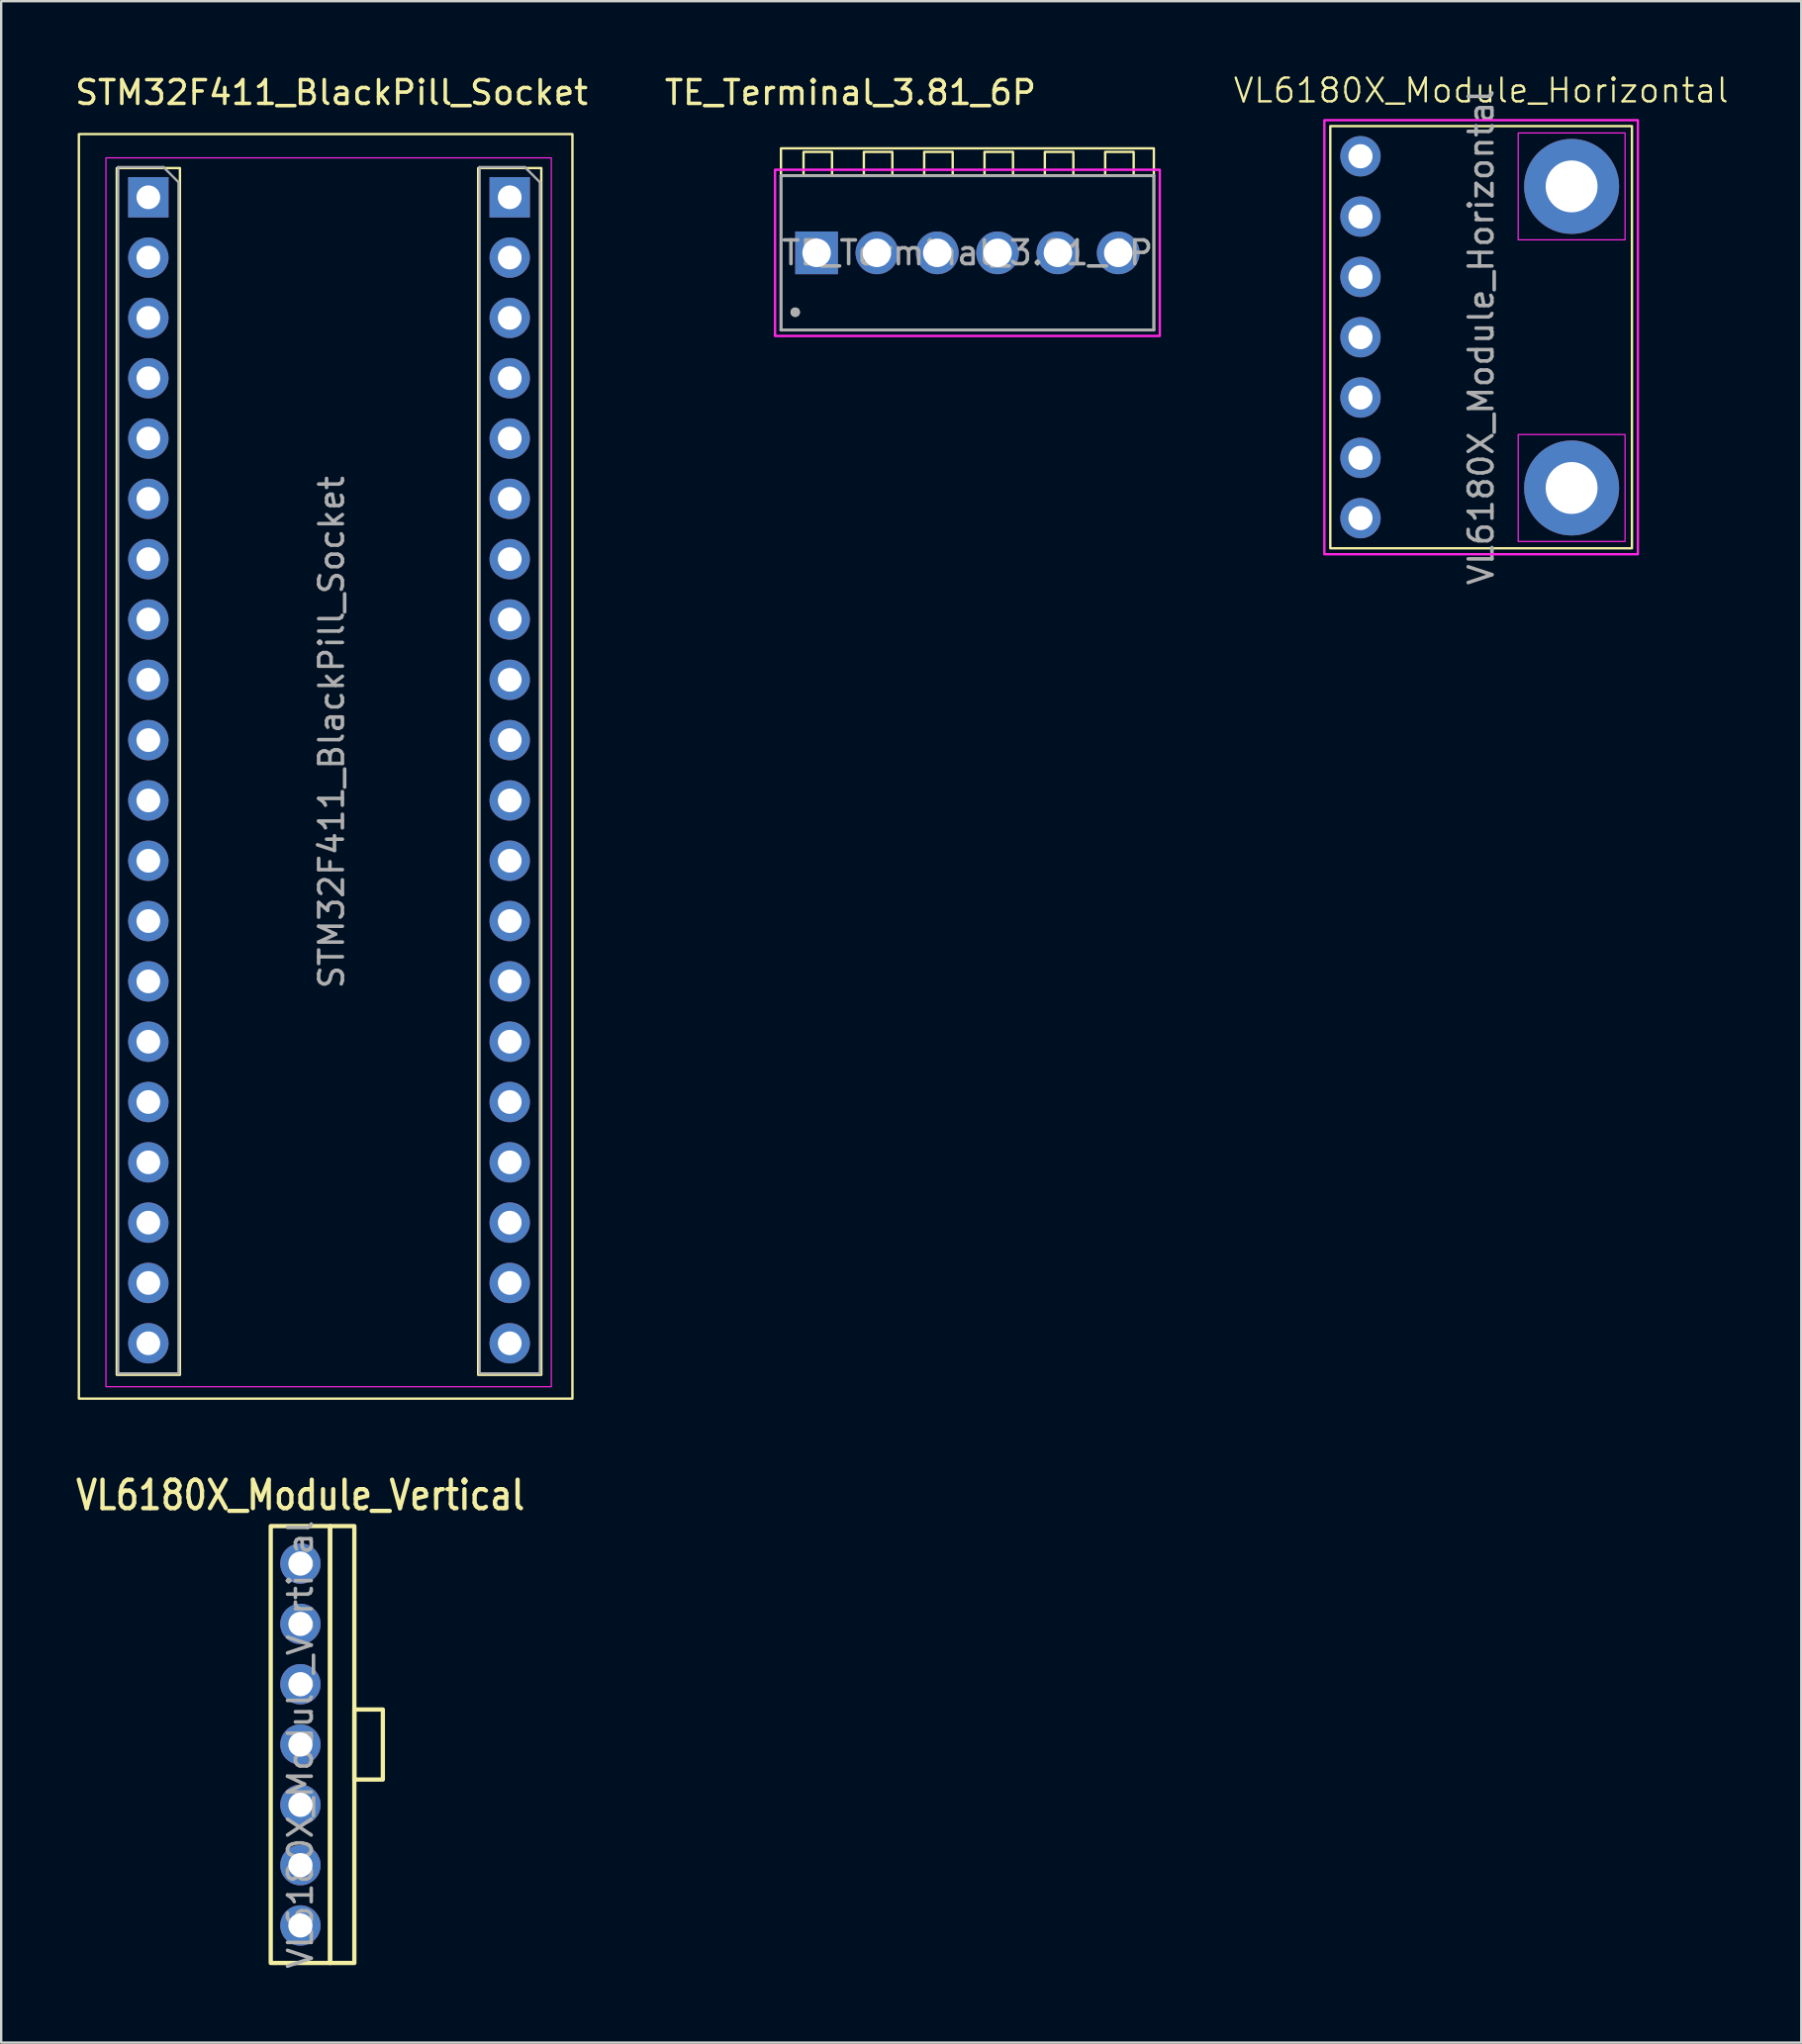
<source format=kicad_pcb>
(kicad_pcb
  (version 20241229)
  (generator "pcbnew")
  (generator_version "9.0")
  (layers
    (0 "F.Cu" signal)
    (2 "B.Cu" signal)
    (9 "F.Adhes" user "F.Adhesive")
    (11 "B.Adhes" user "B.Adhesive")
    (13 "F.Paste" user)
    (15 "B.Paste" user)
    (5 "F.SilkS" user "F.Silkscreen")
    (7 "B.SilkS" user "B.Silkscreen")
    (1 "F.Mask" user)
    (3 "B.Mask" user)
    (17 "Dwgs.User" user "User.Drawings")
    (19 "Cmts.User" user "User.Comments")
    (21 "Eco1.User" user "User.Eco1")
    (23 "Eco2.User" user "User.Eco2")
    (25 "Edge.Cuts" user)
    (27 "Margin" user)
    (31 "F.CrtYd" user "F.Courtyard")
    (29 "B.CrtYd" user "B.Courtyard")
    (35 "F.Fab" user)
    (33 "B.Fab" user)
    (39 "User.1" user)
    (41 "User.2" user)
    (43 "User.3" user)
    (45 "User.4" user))
  (footprint "VL6180X_Module_Vertical"
    (layer "F.Cu")
    (at 9.599 70.416)
    (property "Reference" "VL6180X_Module_Vertical" (at 0 -10.5 0) (unlocked yes) (layer "F.SilkS") (effects (font (size 1.2 1) (thickness 0.18))))
    (attr through_hole)
    (fp_rect (start -1.25 -9.2) (end 1.25 9.2) (stroke (width 0.18) (type default)) (fill no) (layer "F.SilkS"))
    (fp_rect (start 1.25 -9.2) (end 2.27 9.2) (stroke (width 0.18) (type default)) (fill no) (layer "F.SilkS"))
    (fp_rect (start 2.27 -1.475) (end 3.47 1.475) (stroke (width 0.18) (type default)) (fill no) (layer "F.SilkS"))
    (fp_text user "${REFERENCE}" (at 0 0 90) (unlocked yes) (layer "F.Fab") (effects (font (size 1 1) (thickness 0.15))))
    (pad "1" thru_hole circle (at 0 -7.62) (size 1.7 1.7) (drill 1.02) (layers "*.Cu" "*.Mask"))
    (pad "2" thru_hole circle (at 0 -5.08) (size 1.7 1.7) (drill 1.02) (layers "*.Cu" "*.Mask"))
    (pad "3" thru_hole circle (at 0 -2.54) (size 1.7 1.7) (drill 1.02) (layers "*.Cu" "*.Mask"))
    (pad "4" thru_hole circle (at 0 0) (size 1.7 1.7) (drill 1.02) (layers "*.Cu" "*.Mask"))
    (pad "5" thru_hole circle (at 0 2.54) (size 1.7 1.7) (drill 1.02) (layers "*.Cu" "*.Mask"))
    (pad "6" thru_hole circle (at 0 5.08) (size 1.7 1.7) (drill 1.02) (layers "*.Cu" "*.Mask"))
    (pad "7" thru_hole circle (at 0 7.62) (size 1.7 1.7) (drill 1.02) (layers "*.Cu" "*.Mask")))
  (footprint "STM32F411_BlackPill_Socket"
    (layer "F.Cu")
    (at 10.661 26.848)
    (property "Reference" "STM32F411_BlackPill_Socket" (at 0.25 -26 0) (layer "F.SilkS") (effects (font (size 1 1) (thickness 0.15))))
    (attr through_hole)
    (fp_rect (start -10.39 -24.25) (end 10.39 29) (stroke (width 0.1) (type default)) (fill no) (layer "F.SilkS"))
    (fp_rect (start -8.795 -22.82) (end -6.135 28) (stroke (width 0.1) (type default)) (fill no) (layer "F.SilkS"))
    (fp_rect (start 6.42 -22.82) (end 9.08 28) (stroke (width 0.1) (type default)) (fill no) (layer "F.SilkS"))
    (fp_rect (start -9.25 -23.25) (end 9.5 28.5) (stroke (width 0.05) (type default)) (fill no) (layer "F.CrtYd"))
    (fp_line (start -8.735 -22.86) (end -6.83 -22.86) (stroke (width 0.1) (type solid)) (layer "F.Fab"))
    (fp_line (start -8.735 27.94) (end -8.735 -22.86) (stroke (width 0.1) (type solid)) (layer "F.Fab"))
    (fp_line (start -6.83 -22.86) (end -6.195 -22.225) (stroke (width 0.1) (type solid)) (layer "F.Fab"))
    (fp_line (start -6.195 -22.225) (end -6.195 27.94) (stroke (width 0.1) (type solid)) (layer "F.Fab"))
    (fp_line (start -6.195 27.94) (end -8.735 27.94) (stroke (width 0.1) (type solid)) (layer "F.Fab"))
    (fp_line (start 6.48 -22.86) (end 8.385 -22.86) (stroke (width 0.1) (type solid)) (layer "F.Fab"))
    (fp_line (start 6.48 27.94) (end 6.48 -22.86) (stroke (width 0.1) (type solid)) (layer "F.Fab"))
    (fp_line (start 8.385 -22.86) (end 9.02 -22.225) (stroke (width 0.1) (type solid)) (layer "F.Fab"))
    (fp_line (start 9.02 -22.225) (end 9.02 27.94) (stroke (width 0.1) (type solid)) (layer "F.Fab"))
    (fp_line (start 9.02 27.94) (end 6.48 27.94) (stroke (width 0.1) (type solid)) (layer "F.Fab"))
    (fp_text user "${REFERENCE}" (at 0.25 0.94 90) (layer "F.Fab") (effects (font (size 1 1) (thickness 0.15))))
    (pad "1" thru_hole rect (at -7.465 -21.59) (size 1.7 1.7) (drill 1) (layers "*.Cu" "*.Mask"))
    (pad "2" thru_hole circle (at -7.465 -19.05) (size 1.7 1.7) (drill 1) (layers "*.Cu" "*.Mask"))
    (pad "3" thru_hole circle (at -7.465 -16.51) (size 1.7 1.7) (drill 1) (layers "*.Cu" "*.Mask"))
    (pad "4" thru_hole circle (at -7.465 -13.97) (size 1.7 1.7) (drill 1) (layers "*.Cu" "*.Mask"))
    (pad "5" thru_hole circle (at -7.465 -11.43) (size 1.7 1.7) (drill 1) (layers "*.Cu" "*.Mask"))
    (pad "6" thru_hole circle (at -7.465 -8.89) (size 1.7 1.7) (drill 1) (layers "*.Cu" "*.Mask"))
    (pad "7" thru_hole circle (at -7.465 -6.35) (size 1.7 1.7) (drill 1) (layers "*.Cu" "*.Mask"))
    (pad "8" thru_hole circle (at -7.465 -3.81) (size 1.7 1.7) (drill 1) (layers "*.Cu" "*.Mask"))
    (pad "9" thru_hole circle (at -7.465 -1.27) (size 1.7 1.7) (drill 1) (layers "*.Cu" "*.Mask"))
    (pad "10" thru_hole circle (at -7.465 1.27) (size 1.7 1.7) (drill 1) (layers "*.Cu" "*.Mask"))
    (pad "11" thru_hole circle (at -7.465 3.81) (size 1.7 1.7) (drill 1) (layers "*.Cu" "*.Mask"))
    (pad "12" thru_hole circle (at -7.465 6.35) (size 1.7 1.7) (drill 1) (layers "*.Cu" "*.Mask"))
    (pad "13" thru_hole circle (at -7.465 8.89) (size 1.7 1.7) (drill 1) (layers "*.Cu" "*.Mask"))
    (pad "14" thru_hole circle (at -7.465 11.43) (size 1.7 1.7) (drill 1) (layers "*.Cu" "*.Mask"))
    (pad "15" thru_hole circle (at -7.465 13.97) (size 1.7 1.7) (drill 1) (layers "*.Cu" "*.Mask"))
    (pad "16" thru_hole circle (at -7.465 16.51) (size 1.7 1.7) (drill 1) (layers "*.Cu" "*.Mask"))
    (pad "17" thru_hole circle (at -7.465 19.05) (size 1.7 1.7) (drill 1) (layers "*.Cu" "*.Mask"))
    (pad "18" thru_hole circle (at -7.465 21.59) (size 1.7 1.7) (drill 1) (layers "*.Cu" "*.Mask"))
    (pad "19" thru_hole circle (at -7.465 24.13) (size 1.7 1.7) (drill 1) (layers "*.Cu" "*.Mask"))
    (pad "20" thru_hole circle (at -7.465 26.67) (size 1.7 1.7) (drill 1) (layers "*.Cu" "*.Mask"))
    (pad "21" thru_hole circle (at 7.75 26.67) (size 1.7 1.7) (drill 1) (layers "*.Cu" "*.Mask"))
    (pad "22" thru_hole circle (at 7.75 24.13) (size 1.7 1.7) (drill 1) (layers "*.Cu" "*.Mask"))
    (pad "23" thru_hole circle (at 7.75 21.59) (size 1.7 1.7) (drill 1) (layers "*.Cu" "*.Mask"))
    (pad "24" thru_hole circle (at 7.75 19.05) (size 1.7 1.7) (drill 1) (layers "*.Cu" "*.Mask"))
    (pad "25" thru_hole circle (at 7.75 16.51) (size 1.7 1.7) (drill 1) (layers "*.Cu" "*.Mask"))
    (pad "26" thru_hole circle (at 7.75 13.97) (size 1.7 1.7) (drill 1) (layers "*.Cu" "*.Mask"))
    (pad "27" thru_hole circle (at 7.75 11.43) (size 1.7 1.7) (drill 1) (layers "*.Cu" "*.Mask"))
    (pad "28" thru_hole circle (at 7.75 8.89) (size 1.7 1.7) (drill 1) (layers "*.Cu" "*.Mask"))
    (pad "29" thru_hole circle (at 7.75 6.35) (size 1.7 1.7) (drill 1) (layers "*.Cu" "*.Mask"))
    (pad "30" thru_hole circle (at 7.75 3.81) (size 1.7 1.7) (drill 1) (layers "*.Cu" "*.Mask"))
    (pad "31" thru_hole circle (at 7.75 1.27) (size 1.7 1.7) (drill 1) (layers "*.Cu" "*.Mask"))
    (pad "32" thru_hole circle (at 7.75 -1.27) (size 1.7 1.7) (drill 1) (layers "*.Cu" "*.Mask"))
    (pad "33" thru_hole circle (at 7.75 -3.81) (size 1.7 1.7) (drill 1) (layers "*.Cu" "*.Mask"))
    (pad "34" thru_hole circle (at 7.75 -6.35) (size 1.7 1.7) (drill 1) (layers "*.Cu" "*.Mask"))
    (pad "35" thru_hole circle (at 7.75 -8.89) (size 1.7 1.7) (drill 1) (layers "*.Cu" "*.Mask"))
    (pad "36" thru_hole circle (at 7.75 -11.43) (size 1.7 1.7) (drill 1) (layers "*.Cu" "*.Mask"))
    (pad "37" thru_hole circle (at 7.75 -13.97) (size 1.7 1.7) (drill 1) (layers "*.Cu" "*.Mask"))
    (pad "38" thru_hole circle (at 7.75 -16.51) (size 1.7 1.7) (drill 1) (layers "*.Cu" "*.Mask"))
    (pad "39" thru_hole circle (at 7.75 -19.05) (size 1.7 1.7) (drill 1) (layers "*.Cu" "*.Mask"))
    (pad "40" thru_hole rect (at 7.75 -21.59) (size 1.7 1.7) (drill 1) (layers "*.Cu" "*.Mask")))
  (footprint "VL6180X_Module_Horizontal"
    (layer "F.Cu")
    (at 59.31 2.26)
    (property "Reference" "VL6180X_Module_Horizontal" (at 0 -1.5 0) (unlocked yes) (layer "F.SilkS") (effects (font (size 1 1) (thickness 0.1))))
    (attr through_hole)
    (fp_rect (start -6.35 0) (end 6.35 17.78) (stroke (width 0.1) (type default)) (fill no) (layer "F.SilkS"))
    (fp_rect (start -6.6 -0.25) (end 6.6 18.03) (stroke (width 0.1) (type default)) (fill no) (layer "F.CrtYd"))
    (fp_rect (start 1.56 0.29) (end 6.06 4.79) (stroke (width 0.05) (type default)) (fill no) (layer "F.CrtYd"))
    (fp_rect (start 1.56 12.99) (end 6.06 17.49) (stroke (width 0.05) (type default)) (fill no) (layer "F.CrtYd"))
    (fp_text user "${REFERENCE}" (at 0 8.89 90) (unlocked yes) (layer "F.Fab") (effects (font (size 1 1) (thickness 0.15))))
    (pad "" np_thru_hole circle (at 3.81 2.54) (size 4 4) (drill 2.184) (property pad_prop_mechanical) (layers "*.Cu" "*.Mask"))
    (pad "" np_thru_hole circle (at 3.81 15.24) (size 4 4) (drill 2.184) (property pad_prop_mechanical) (layers "*.Cu" "*.Mask"))
    (pad "1" thru_hole circle (at -5.08 1.27) (size 1.7 1.7) (drill 1.02) (layers "*.Cu" "*.Mask"))
    (pad "2" thru_hole circle (at -5.08 3.81) (size 1.7 1.7) (drill 1.016) (layers "*.Cu" "*.Mask"))
    (pad "3" thru_hole circle (at -5.08 6.35) (size 1.7 1.7) (drill 1.016) (layers "*.Cu" "*.Mask"))
    (pad "4" thru_hole circle (at -5.08 8.89) (size 1.7 1.7) (drill 1.016) (layers "*.Cu" "*.Mask"))
    (pad "5" thru_hole circle (at -5.08 11.43) (size 1.7 1.7) (drill 1.016) (layers "*.Cu" "*.Mask"))
    (pad "6" thru_hole circle (at -5.08 13.97) (size 1.7 1.7) (drill 1.016) (layers "*.Cu" "*.Mask"))
    (pad "7" thru_hole circle (at -5.08 16.51) (size 1.7 1.7) (drill 1.016) (layers "*.Cu" "*.Mask")))
  (footprint "TE_Terminal_3.81_6P"
    (layer "F.Cu")
    (at 37.681 7.598)
    (property "Reference" "TE_Terminal_3.81_6P" (at -4.925 -6.75 0) (layer "F.SilkS") (effects (font (size 1 1) (thickness 0.15))))
    (attr through_hole)
    (fp_rect (start -7.85 -4.4) (end 7.85 -3.25) (stroke (width 0.1) (type default)) (fill no) (layer "F.SilkS"))
    (fp_rect (start -7.85 -3.25) (end 7.85 3.25) (stroke (width 0.1) (type default)) (fill no) (layer "F.SilkS"))
    (fp_rect (start -6.9 -4.25) (end -5.7 -3.25) (stroke (width 0.1) (type default)) (fill no) (layer "F.SilkS"))
    (fp_rect (start -4.36 -4.25) (end -3.16 -3.25) (stroke (width 0.1) (type default)) (fill no) (layer "F.SilkS"))
    (fp_rect (start -1.82 -4.25) (end -0.62 -3.25) (stroke (width 0.1) (type default)) (fill no) (layer "F.SilkS"))
    (fp_rect (start 0.72 -4.25) (end 1.92 -3.25) (stroke (width 0.1) (type default)) (fill no) (layer "F.SilkS"))
    (fp_rect (start 3.26 -4.25) (end 4.46 -3.25) (stroke (width 0.1) (type default)) (fill no) (layer "F.SilkS"))
    (fp_rect (start 5.8 -4.25) (end 7 -3.25) (stroke (width 0.1) (type default)) (fill no) (layer "F.SilkS"))
    (fp_circle (center -7.25 2.5) (end -7.15 2.5) (stroke (width 0.2) (type solid)) (fill no) (layer "F.SilkS"))
    (fp_rect (start -8.1 -3.5) (end 8.1 3.5) (stroke (width 0.102) (type default)) (fill no) (layer "F.CrtYd"))
    (fp_line (start -7.85 -3.25) (end 7.85 -3.25) (stroke (width 0.127) (type solid)) (layer "F.Fab"))
    (fp_line (start -7.85 3.25) (end -7.85 -3.25) (stroke (width 0.127) (type solid)) (layer "F.Fab"))
    (fp_line (start 7.85 -3.25) (end 7.85 3.25) (stroke (width 0.127) (type solid)) (layer "F.Fab"))
    (fp_line (start 7.85 3.25) (end -7.85 3.25) (stroke (width 0.127) (type solid)) (layer "F.Fab"))
    (fp_circle (center -7.25 2.5) (end -7.15 2.5) (stroke (width 0.2) (type solid)) (fill no) (layer "F.Fab"))
    (fp_text user "${REFERENCE}" (at 0 0 0) (unlocked yes) (layer "F.Fab") (effects (font (size 1 1) (thickness 0.15))))
    (pad "1" thru_hole rect (at -6.35 0) (size 1.8 1.8) (drill 1.2) (layers "*.Cu" "*.Mask"))
    (pad "2" thru_hole circle (at -3.81 0) (size 1.8 1.8) (drill 1.2) (layers "*.Cu" "*.Mask"))
    (pad "3" thru_hole circle (at -1.27 0) (size 1.8 1.8) (drill 1.2) (layers "*.Cu" "*.Mask"))
    (pad "4" thru_hole circle (at 1.27 0) (size 1.8 1.8) (drill 1.2) (layers "*.Cu" "*.Mask"))
    (pad "5" thru_hole circle (at 3.81 0) (size 1.8 1.8) (drill 1.2) (layers "*.Cu" "*.Mask"))
    (pad "6" thru_hole circle (at 6.35 0) (size 1.8 1.8) (drill 1.2) (layers "*.Cu" "*.Mask")))
  (gr_rect
    (start -3 -3)
    (end 72.789 82.97)
    (stroke (width 0.1) (type default))
    (fill no)
    (layer "Edge.Cuts")))
</source>
